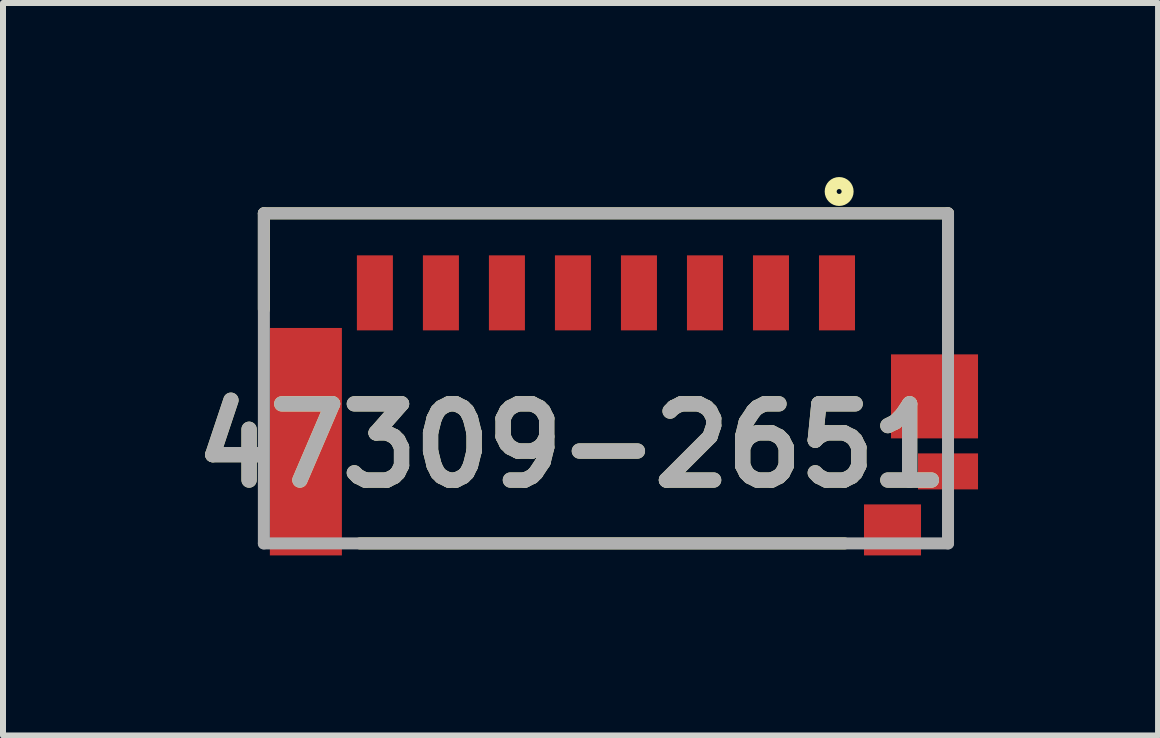
<source format=kicad_pcb>
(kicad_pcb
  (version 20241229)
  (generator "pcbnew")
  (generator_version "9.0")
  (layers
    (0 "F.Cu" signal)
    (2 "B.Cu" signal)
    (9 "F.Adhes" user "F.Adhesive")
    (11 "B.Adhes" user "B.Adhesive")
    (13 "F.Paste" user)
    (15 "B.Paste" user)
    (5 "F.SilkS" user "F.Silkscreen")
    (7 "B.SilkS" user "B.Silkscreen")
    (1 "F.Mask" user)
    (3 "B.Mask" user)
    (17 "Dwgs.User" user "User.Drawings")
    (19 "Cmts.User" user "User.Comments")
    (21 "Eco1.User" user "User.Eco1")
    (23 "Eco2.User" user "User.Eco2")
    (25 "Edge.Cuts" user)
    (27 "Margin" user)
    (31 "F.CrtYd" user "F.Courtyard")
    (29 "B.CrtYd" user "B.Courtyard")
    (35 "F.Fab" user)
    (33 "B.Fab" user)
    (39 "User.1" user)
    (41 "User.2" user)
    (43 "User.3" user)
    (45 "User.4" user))
  (footprint "47309-2651"
    (layer "F.Cu")
    (at 7.047 0.505)
    (property "Reference" "47309-2651" (at -0.564 3.87 0) (layer "F.SilkS") (effects (font (size 1.27 1.27) (thickness 0.254))))
    (attr smd)
    (fp_line (start -5.7 0) (end -5.7 1.599) (stroke (width 0.2) (type solid)) (layer "F.SilkS"))
    (fp_line (start -5.7 0) (end 5.7 0) (stroke (width 0.2) (type solid)) (layer "F.SilkS"))
    (fp_line (start -4.1 5.5) (end 3.978 5.5) (stroke (width 0.2) (type solid)) (layer "F.SilkS"))
    (fp_line (start 5.7 0) (end 5.7 2.098) (stroke (width 0.2) (type solid)) (layer "F.SilkS"))
    (fp_circle (center 3.886 -0.364) (end 3.886 -0.323) (stroke (width 0.2) (type solid)) (fill no) (layer "F.SilkS"))
    (fp_line (start -5.7 0) (end 5.7 0) (stroke (width 0.2) (type solid)) (layer "F.Fab"))
    (fp_line (start -5.7 5.5) (end -5.7 0) (stroke (width 0.2) (type solid)) (layer "F.Fab"))
    (fp_line (start 5.7 0) (end 5.7 5.5) (stroke (width 0.2) (type solid)) (layer "F.Fab"))
    (fp_line (start 5.7 5.5) (end -5.7 5.5) (stroke (width 0.2) (type solid)) (layer "F.Fab"))
    (fp_text user "${REFERENCE}" (at -0.564 3.87 0) (layer "F.Fab") (effects (font (size 1.27 1.27) (thickness 0.254))))
    (pad "1" smd rect (at 3.85 1.325) (size 0.6 1.25) (layers "F.Cu" "F.Mask" "F.Paste"))
    (pad "2" smd rect (at 2.75 1.325) (size 0.6 1.25) (layers "F.Cu" "F.Mask" "F.Paste"))
    (pad "3" smd rect (at 1.65 1.325) (size 0.6 1.25) (layers "F.Cu" "F.Mask" "F.Paste"))
    (pad "4" smd rect (at 0.55 1.325) (size 0.6 1.25) (layers "F.Cu" "F.Mask" "F.Paste"))
    (pad "5" smd rect (at -0.55 1.325) (size 0.6 1.25) (layers "F.Cu" "F.Mask" "F.Paste"))
    (pad "6" smd rect (at -1.65 1.325) (size 0.6 1.25) (layers "F.Cu" "F.Mask" "F.Paste"))
    (pad "7" smd rect (at -2.75 1.325) (size 0.6 1.25) (layers "F.Cu" "F.Mask" "F.Paste"))
    (pad "8" smd rect (at -3.85 1.325) (size 0.6 1.25) (layers "F.Cu" "F.Mask" "F.Paste"))
    (pad "9" smd rect (at -5 3.805) (size 1.2 3.79) (layers "F.Cu" "F.Mask" "F.Paste"))
    (pad "10" smd rect (at 5.475 3.05 90) (size 1.4 1.45) (layers "F.Cu" "F.Mask" "F.Paste"))
    (pad "11" smd rect (at 5.7 4.3 90) (size 0.6 1) (layers "F.Cu" "F.Mask" "F.Paste"))
    (pad "12" smd rect (at 4.775 5.275 90) (size 0.85 0.95) (layers "F.Cu" "F.Mask" "F.Paste")))
  (gr_rect
    (start -3 -3)
    (end 16.247 9.205)
    (stroke (width 0.1) (type default))
    (fill no)
    (layer "Edge.Cuts")))
</source>
